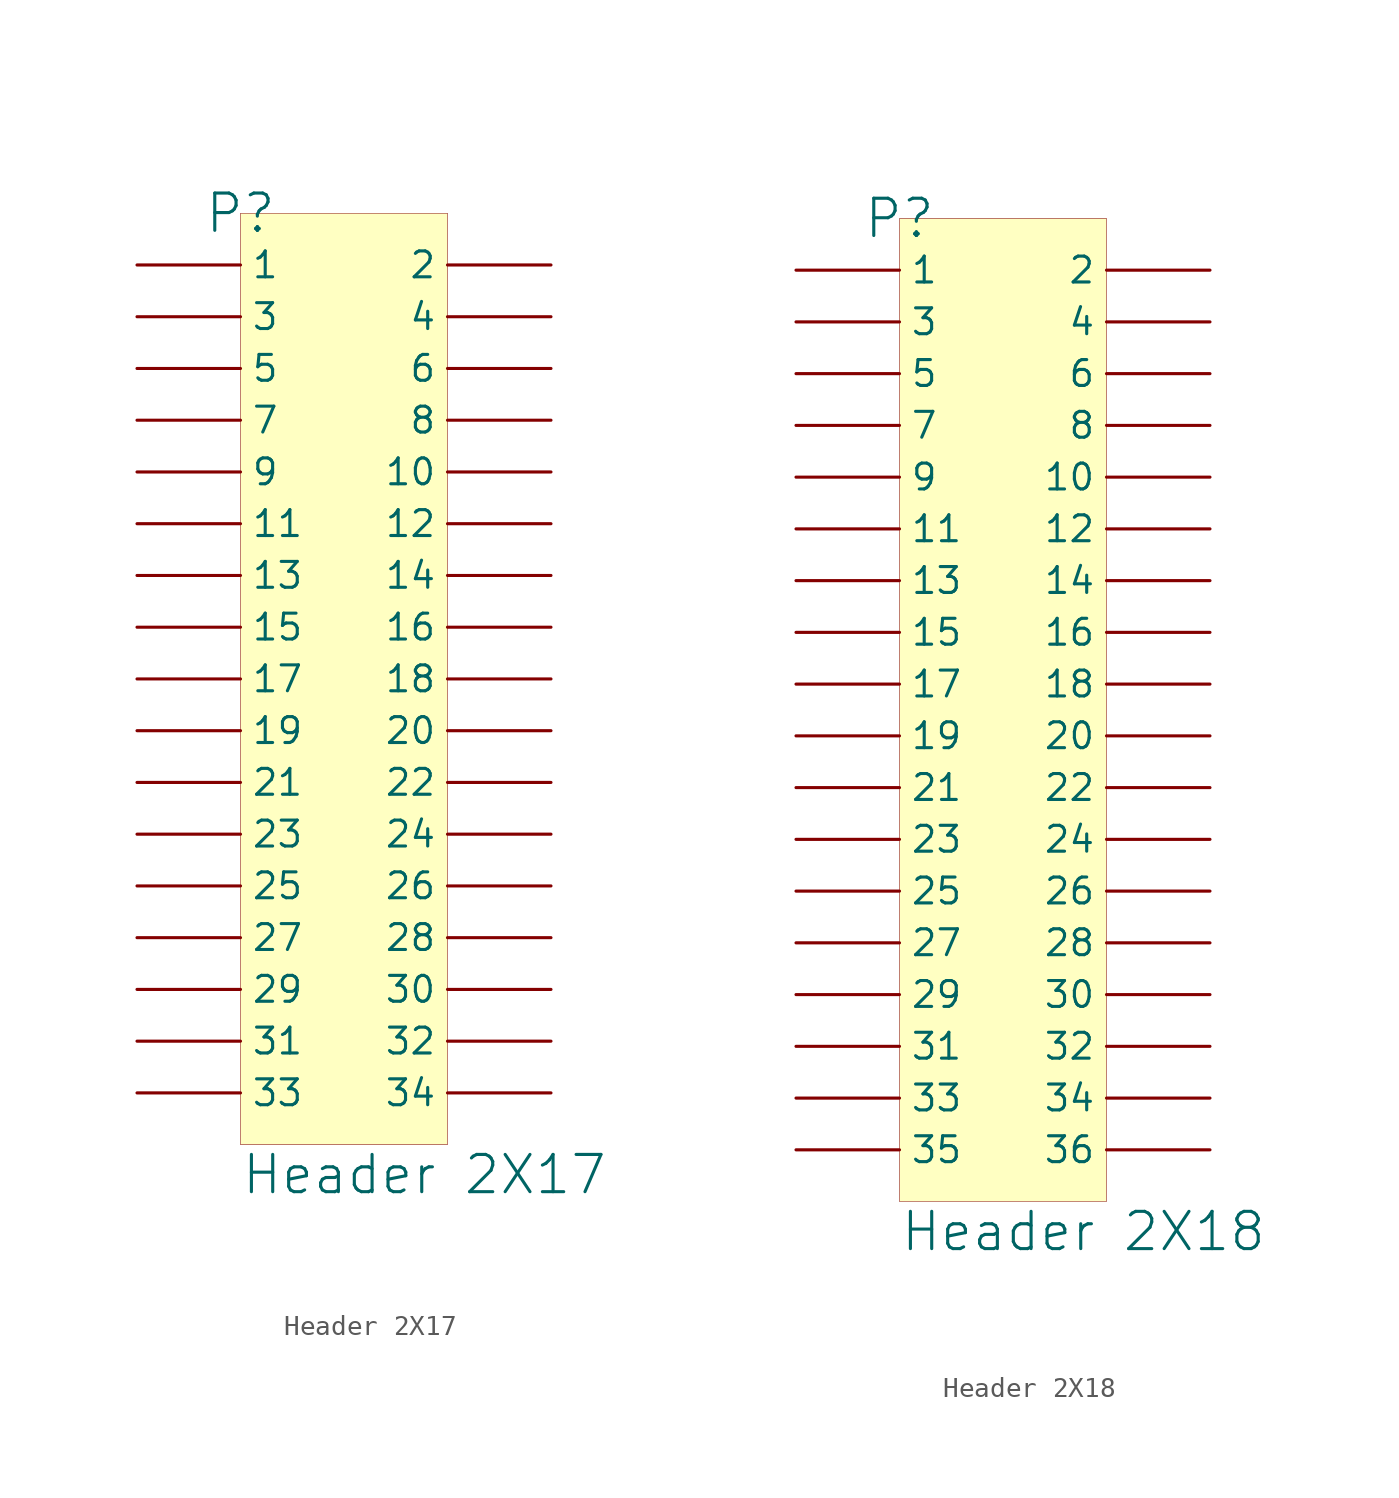
<source format=kicad_sym>
(kicad_symbol_lib
  (version 20241209)
  (generator "kicad_symbol_editor")
  (generator_version "9.0")
  (symbol "Header 2X17"
    (pin_numbers
      (hide yes))
    (property "Reference" "P"
      (at 0 0 0)
      (effects (font (size 1.829 1.829))))
    (property "Value" "Header 2X17"
      (at 0 -48.26 0)
      (effects (font (size 1.829 1.829)) (justify left bottom)))
    (symbol "Header 2X17_1_0"
      (rectangle (start 10.16 0) (end 0 -45.72) (stroke (width 0.025) (type solid) (color 128 0 0 1)) (fill (type background)))
      (pin passive line (at -5.08 -2.54 0) (length 5.08) (name "1" (effects (font (size 1.27 1.27)))) (number "1" (effects (font (size 1.27 1.27)))))
      (pin passive line (at -5.08 -5.08 0) (length 5.08) (name "3" (effects (font (size 1.27 1.27)))) (number "3" (effects (font (size 1.27 1.27)))))
      (pin passive line (at -5.08 -7.62 0) (length 5.08) (name "5" (effects (font (size 1.27 1.27)))) (number "5" (effects (font (size 1.27 1.27)))))
      (pin passive line (at -5.08 -10.16 0) (length 5.08) (name "7" (effects (font (size 1.27 1.27)))) (number "7" (effects (font (size 1.27 1.27)))))
      (pin passive line (at -5.08 -12.7 0) (length 5.08) (name "9" (effects (font (size 1.27 1.27)))) (number "9" (effects (font (size 1.27 1.27)))))
      (pin passive line (at -5.08 -15.24 0) (length 5.08) (name "11" (effects (font (size 1.27 1.27)))) (number "11" (effects (font (size 1.27 1.27)))))
      (pin passive line (at -5.08 -17.78 0) (length 5.08) (name "13" (effects (font (size 1.27 1.27)))) (number "13" (effects (font (size 1.27 1.27)))))
      (pin passive line (at -5.08 -20.32 0) (length 5.08) (name "15" (effects (font (size 1.27 1.27)))) (number "15" (effects (font (size 1.27 1.27)))))
      (pin passive line (at -5.08 -22.86 0) (length 5.08) (name "17" (effects (font (size 1.27 1.27)))) (number "17" (effects (font (size 1.27 1.27)))))
      (pin passive line (at -5.08 -25.4 0) (length 5.08) (name "19" (effects (font (size 1.27 1.27)))) (number "19" (effects (font (size 1.27 1.27)))))
      (pin passive line (at -5.08 -27.94 0) (length 5.08) (name "21" (effects (font (size 1.27 1.27)))) (number "21" (effects (font (size 1.27 1.27)))))
      (pin passive line (at -5.08 -30.48 0) (length 5.08) (name "23" (effects (font (size 1.27 1.27)))) (number "23" (effects (font (size 1.27 1.27)))))
      (pin passive line (at -5.08 -33.02 0) (length 5.08) (name "25" (effects (font (size 1.27 1.27)))) (number "25" (effects (font (size 1.27 1.27)))))
      (pin passive line (at -5.08 -35.56 0) (length 5.08) (name "27" (effects (font (size 1.27 1.27)))) (number "27" (effects (font (size 1.27 1.27)))))
      (pin passive line (at -5.08 -38.1 0) (length 5.08) (name "29" (effects (font (size 1.27 1.27)))) (number "29" (effects (font (size 1.27 1.27)))))
      (pin passive line (at -5.08 -40.64 0) (length 5.08) (name "31" (effects (font (size 1.27 1.27)))) (number "31" (effects (font (size 1.27 1.27)))))
      (pin passive line (at -5.08 -43.18 0) (length 5.08) (name "33" (effects (font (size 1.27 1.27)))) (number "33" (effects (font (size 1.27 1.27)))))
      (pin passive line (at 15.24 -2.54 180) (length 5.08) (name "2" (effects (font (size 1.27 1.27)))) (number "2" (effects (font (size 1.27 1.27)))))
      (pin passive line (at 15.24 -5.08 180) (length 5.08) (name "4" (effects (font (size 1.27 1.27)))) (number "4" (effects (font (size 1.27 1.27)))))
      (pin passive line (at 15.24 -7.62 180) (length 5.08) (name "6" (effects (font (size 1.27 1.27)))) (number "6" (effects (font (size 1.27 1.27)))))
      (pin passive line (at 15.24 -10.16 180) (length 5.08) (name "8" (effects (font (size 1.27 1.27)))) (number "8" (effects (font (size 1.27 1.27)))))
      (pin passive line (at 15.24 -12.7 180) (length 5.08) (name "10" (effects (font (size 1.27 1.27)))) (number "10" (effects (font (size 1.27 1.27)))))
      (pin passive line (at 15.24 -15.24 180) (length 5.08) (name "12" (effects (font (size 1.27 1.27)))) (number "12" (effects (font (size 1.27 1.27)))))
      (pin passive line (at 15.24 -17.78 180) (length 5.08) (name "14" (effects (font (size 1.27 1.27)))) (number "14" (effects (font (size 1.27 1.27)))))
      (pin passive line (at 15.24 -20.32 180) (length 5.08) (name "16" (effects (font (size 1.27 1.27)))) (number "16" (effects (font (size 1.27 1.27)))))
      (pin passive line (at 15.24 -22.86 180) (length 5.08) (name "18" (effects (font (size 1.27 1.27)))) (number "18" (effects (font (size 1.27 1.27)))))
      (pin passive line (at 15.24 -25.4 180) (length 5.08) (name "20" (effects (font (size 1.27 1.27)))) (number "20" (effects (font (size 1.27 1.27)))))
      (pin passive line (at 15.24 -27.94 180) (length 5.08) (name "22" (effects (font (size 1.27 1.27)))) (number "22" (effects (font (size 1.27 1.27)))))
      (pin passive line (at 15.24 -30.48 180) (length 5.08) (name "24" (effects (font (size 1.27 1.27)))) (number "24" (effects (font (size 1.27 1.27)))))
      (pin passive line (at 15.24 -33.02 180) (length 5.08) (name "26" (effects (font (size 1.27 1.27)))) (number "26" (effects (font (size 1.27 1.27)))))
      (pin passive line (at 15.24 -35.56 180) (length 5.08) (name "28" (effects (font (size 1.27 1.27)))) (number "28" (effects (font (size 1.27 1.27)))))
      (pin passive line (at 15.24 -38.1 180) (length 5.08) (name "30" (effects (font (size 1.27 1.27)))) (number "30" (effects (font (size 1.27 1.27)))))
      (pin passive line (at 15.24 -40.64 180) (length 5.08) (name "32" (effects (font (size 1.27 1.27)))) (number "32" (effects (font (size 1.27 1.27)))))
      (pin passive line (at 15.24 -43.18 180) (length 5.08) (name "34" (effects (font (size 1.27 1.27)))) (number "34" (effects (font (size 1.27 1.27)))))))
  (symbol "Header 2X18"
    (pin_numbers
      (hide yes))
    (property "Reference" "P"
      (at 0 0 0)
      (effects (font (size 1.829 1.829))))
    (property "Value" "Header 2X18"
      (at 0 -50.8 0)
      (effects (font (size 1.829 1.829)) (justify left bottom)))
    (symbol "Header 2X18_1_0"
      (rectangle (start 10.16 0) (end 0 -48.26) (stroke (width 0.025) (type solid) (color 128 0 0 1)) (fill (type background)))
      (pin passive line (at -5.08 -2.54 0) (length 5.08) (name "1" (effects (font (size 1.27 1.27)))) (number "1" (effects (font (size 1.27 1.27)))))
      (pin passive line (at -5.08 -5.08 0) (length 5.08) (name "3" (effects (font (size 1.27 1.27)))) (number "3" (effects (font (size 1.27 1.27)))))
      (pin passive line (at -5.08 -7.62 0) (length 5.08) (name "5" (effects (font (size 1.27 1.27)))) (number "5" (effects (font (size 1.27 1.27)))))
      (pin passive line (at -5.08 -10.16 0) (length 5.08) (name "7" (effects (font (size 1.27 1.27)))) (number "7" (effects (font (size 1.27 1.27)))))
      (pin passive line (at -5.08 -12.7 0) (length 5.08) (name "9" (effects (font (size 1.27 1.27)))) (number "9" (effects (font (size 1.27 1.27)))))
      (pin passive line (at -5.08 -15.24 0) (length 5.08) (name "11" (effects (font (size 1.27 1.27)))) (number "11" (effects (font (size 1.27 1.27)))))
      (pin passive line (at -5.08 -17.78 0) (length 5.08) (name "13" (effects (font (size 1.27 1.27)))) (number "13" (effects (font (size 1.27 1.27)))))
      (pin passive line (at -5.08 -20.32 0) (length 5.08) (name "15" (effects (font (size 1.27 1.27)))) (number "15" (effects (font (size 1.27 1.27)))))
      (pin passive line (at -5.08 -22.86 0) (length 5.08) (name "17" (effects (font (size 1.27 1.27)))) (number "17" (effects (font (size 1.27 1.27)))))
      (pin passive line (at -5.08 -25.4 0) (length 5.08) (name "19" (effects (font (size 1.27 1.27)))) (number "19" (effects (font (size 1.27 1.27)))))
      (pin passive line (at -5.08 -27.94 0) (length 5.08) (name "21" (effects (font (size 1.27 1.27)))) (number "21" (effects (font (size 1.27 1.27)))))
      (pin passive line (at -5.08 -30.48 0) (length 5.08) (name "23" (effects (font (size 1.27 1.27)))) (number "23" (effects (font (size 1.27 1.27)))))
      (pin passive line (at -5.08 -33.02 0) (length 5.08) (name "25" (effects (font (size 1.27 1.27)))) (number "25" (effects (font (size 1.27 1.27)))))
      (pin passive line (at -5.08 -35.56 0) (length 5.08) (name "27" (effects (font (size 1.27 1.27)))) (number "27" (effects (font (size 1.27 1.27)))))
      (pin passive line (at -5.08 -38.1 0) (length 5.08) (name "29" (effects (font (size 1.27 1.27)))) (number "29" (effects (font (size 1.27 1.27)))))
      (pin passive line (at -5.08 -40.64 0) (length 5.08) (name "31" (effects (font (size 1.27 1.27)))) (number "31" (effects (font (size 1.27 1.27)))))
      (pin passive line (at -5.08 -43.18 0) (length 5.08) (name "33" (effects (font (size 1.27 1.27)))) (number "33" (effects (font (size 1.27 1.27)))))
      (pin passive line (at -5.08 -45.72 0) (length 5.08) (name "35" (effects (font (size 1.27 1.27)))) (number "35" (effects (font (size 1.27 1.27)))))
      (pin passive line (at 15.24 -2.54 180) (length 5.08) (name "2" (effects (font (size 1.27 1.27)))) (number "2" (effects (font (size 1.27 1.27)))))
      (pin passive line (at 15.24 -5.08 180) (length 5.08) (name "4" (effects (font (size 1.27 1.27)))) (number "4" (effects (font (size 1.27 1.27)))))
      (pin passive line (at 15.24 -7.62 180) (length 5.08) (name "6" (effects (font (size 1.27 1.27)))) (number "6" (effects (font (size 1.27 1.27)))))
      (pin passive line (at 15.24 -10.16 180) (length 5.08) (name "8" (effects (font (size 1.27 1.27)))) (number "8" (effects (font (size 1.27 1.27)))))
      (pin passive line (at 15.24 -12.7 180) (length 5.08) (name "10" (effects (font (size 1.27 1.27)))) (number "10" (effects (font (size 1.27 1.27)))))
      (pin passive line (at 15.24 -15.24 180) (length 5.08) (name "12" (effects (font (size 1.27 1.27)))) (number "12" (effects (font (size 1.27 1.27)))))
      (pin passive line (at 15.24 -17.78 180) (length 5.08) (name "14" (effects (font (size 1.27 1.27)))) (number "14" (effects (font (size 1.27 1.27)))))
      (pin passive line (at 15.24 -20.32 180) (length 5.08) (name "16" (effects (font (size 1.27 1.27)))) (number "16" (effects (font (size 1.27 1.27)))))
      (pin passive line (at 15.24 -22.86 180) (length 5.08) (name "18" (effects (font (size 1.27 1.27)))) (number "18" (effects (font (size 1.27 1.27)))))
      (pin passive line (at 15.24 -25.4 180) (length 5.08) (name "20" (effects (font (size 1.27 1.27)))) (number "20" (effects (font (size 1.27 1.27)))))
      (pin passive line (at 15.24 -27.94 180) (length 5.08) (name "22" (effects (font (size 1.27 1.27)))) (number "22" (effects (font (size 1.27 1.27)))))
      (pin passive line (at 15.24 -30.48 180) (length 5.08) (name "24" (effects (font (size 1.27 1.27)))) (number "24" (effects (font (size 1.27 1.27)))))
      (pin passive line (at 15.24 -33.02 180) (length 5.08) (name "26" (effects (font (size 1.27 1.27)))) (number "26" (effects (font (size 1.27 1.27)))))
      (pin passive line (at 15.24 -35.56 180) (length 5.08) (name "28" (effects (font (size 1.27 1.27)))) (number "28" (effects (font (size 1.27 1.27)))))
      (pin passive line (at 15.24 -38.1 180) (length 5.08) (name "30" (effects (font (size 1.27 1.27)))) (number "30" (effects (font (size 1.27 1.27)))))
      (pin passive line (at 15.24 -40.64 180) (length 5.08) (name "32" (effects (font (size 1.27 1.27)))) (number "32" (effects (font (size 1.27 1.27)))))
      (pin passive line (at 15.24 -43.18 180) (length 5.08) (name "34" (effects (font (size 1.27 1.27)))) (number "34" (effects (font (size 1.27 1.27)))))
      (pin passive line (at 15.24 -45.72 180) (length 5.08) (name "36" (effects (font (size 1.27 1.27)))) (number "36" (effects (font (size 1.27 1.27))))))))
</source>
